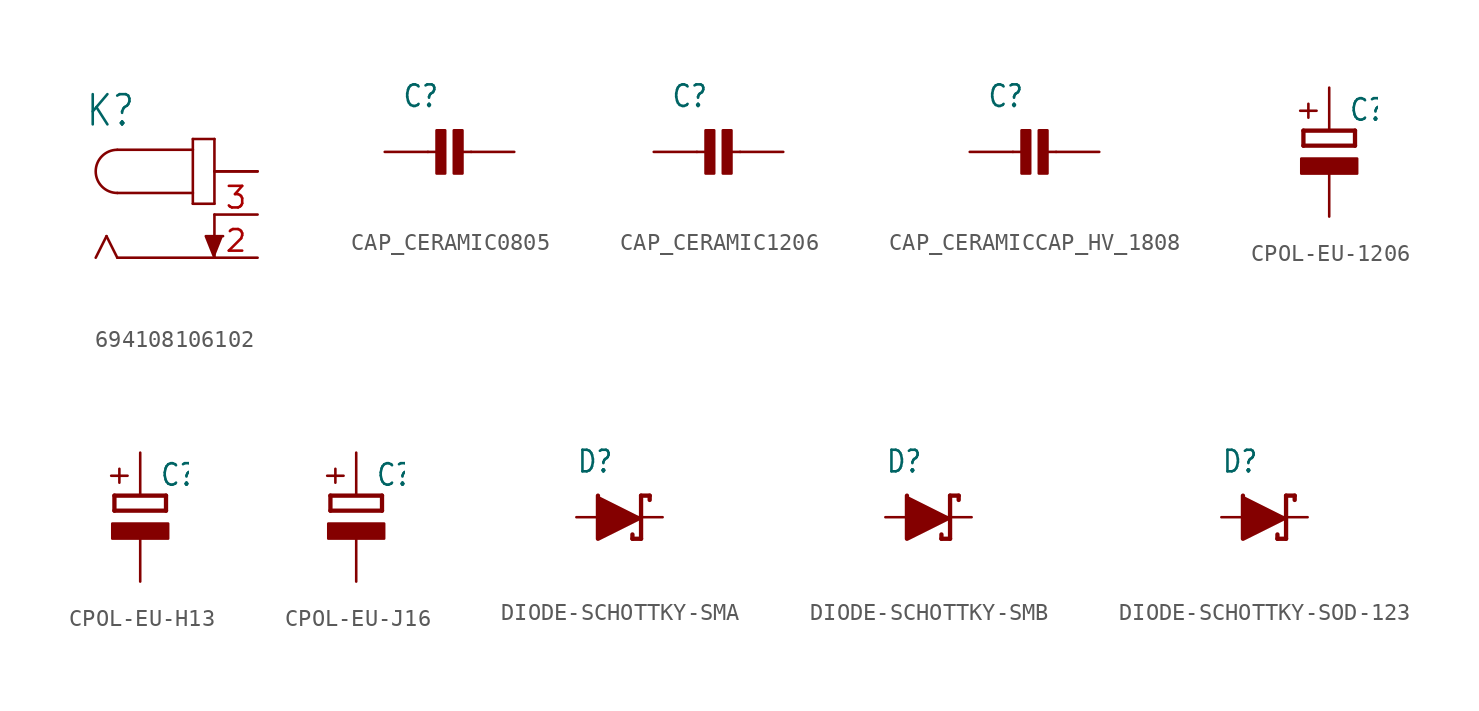
<source format=kicad_sym>
(kicad_symbol_lib
  (version 20231120)
  (generator "kicad_symbol_editor")
  (generator_version "8.0")
  (symbol "694108106102"
    (property "Reference" "K"
      (at -10.16 2.54 0)
      (effects (font (size 1.778 1.511)) (justify left bottom)))
    (property "Value" ""
      (at -10.16 -7.62 0)
      (effects (font (size 1.778 1.511)) (justify left bottom)))
    (property "ki_locked" ""
      (at 0 0 0)
      (effects (font (size 1.27 1.27))))
    (symbol "694108106102_1_0"
      (arc (start -8.255 1.27) (mid -9.525 0) (end -8.255 -1.27) (stroke (width 0.1524) (type solid)) (fill (type none)))
      (polyline (pts (xy -8.89 -3.81) (xy -9.525 -5.08)) (stroke (width 0.152) (type solid)) (fill (type none)))
      (polyline (pts (xy -8.255 -5.08) (xy -8.89 -3.81)) (stroke (width 0.152) (type solid)) (fill (type none)))
      (polyline (pts (xy -8.255 1.27) (xy -3.81 1.27)) (stroke (width 0.152) (type solid)) (fill (type none)))
      (polyline (pts (xy -3.81 -1.905) (xy -2.54 -1.905)) (stroke (width 0.152) (type solid)) (fill (type none)))
      (polyline (pts (xy -3.81 -1.27) (xy -8.255 -1.27)) (stroke (width 0.152) (type solid)) (fill (type none)))
      (polyline (pts (xy -3.81 -1.27) (xy -3.81 -1.905)) (stroke (width 0.152) (type solid)) (fill (type none)))
      (polyline (pts (xy -3.81 1.27) (xy -3.81 -1.27)) (stroke (width 0.152) (type solid)) (fill (type none)))
      (polyline (pts (xy -3.81 1.905) (xy -3.81 1.27)) (stroke (width 0.152) (type solid)) (fill (type none)))
      (polyline (pts (xy -2.54 -5.08) (xy -8.255 -5.08)) (stroke (width 0.152) (type solid)) (fill (type none)))
      (polyline (pts (xy -2.54 -2.54) (xy -2.54 -5.08)) (stroke (width 0.152) (type solid)) (fill (type none)))
      (polyline (pts (xy -2.54 -1.905) (xy -2.54 1.905)) (stroke (width 0.152) (type solid)) (fill (type none)))
      (polyline (pts (xy -2.54 1.905) (xy -3.81 1.905)) (stroke (width 0.152) (type solid)) (fill (type none)))
      (polyline (pts (xy -2.54 -5.08) (xy -3.048 -3.81) (xy -2.032 -3.81)) (stroke (width 0.152) (type solid)) (fill (type outline)))
      (pin passive line (at 0 0 180) (length 2.54) (name "1" (effects (font (size 0 0)))) (number "1" (effects (font (size 0 0)))))
      (pin passive line (at 0 0 180) (length 2.54) (name "1" (effects (font (size 0 0)))) (number "1-1" (effects (font (size 0 0)))))
      (pin passive line (at 0 -5.08 180) (length 2.54) (name "2" (effects (font (size 0 0)))) (number "2" (effects (font (size 1.27 1.27)))))
      (pin passive line (at 0 -2.54 180) (length 2.54) (name "3" (effects (font (size 0 0)))) (number "3" (effects (font (size 1.27 1.27)))))))
  (symbol "CAP_CERAMIC0805"
    (property "Reference" "C"
      (at -1.524 2.54 0)
      (effects (font (size 1.27 1.079)) (justify left bottom)))
    (property "Value" ""
      (at -1.524 -3.556 0)
      (effects (font (size 1.27 1.079)) (justify left bottom)))
    (property "ki_locked" ""
      (at 0 0 0)
      (effects (font (size 1.27 1.27))))
    (symbol "CAP_CERAMIC0805_1_0"
      (polyline (pts (xy 0 0) (xy 0.762 0)) (stroke (width 0.152) (type solid)) (fill (type none)))
      (polyline (pts (xy 1.778 0) (xy 2.54 0)) (stroke (width 0.152) (type solid)) (fill (type none)))
      (rectangle (start 0.508 1.27) (end 1.016 -1.27) (stroke (width 0) (type default)) (fill (type outline)))
      (rectangle (start 1.524 1.27) (end 2.032 -1.27) (stroke (width 0) (type default)) (fill (type outline)))
      (pin passive line (at -2.54 0 0) (length 2.54) (name "1" (effects (font (size 0 0)))) (number "1" (effects (font (size 0 0)))))
      (pin passive line (at 5.08 0 180) (length 2.54) (name "2" (effects (font (size 0 0)))) (number "2" (effects (font (size 0 0)))))))
  (symbol "CAP_CERAMIC1206"
    (property "Reference" "C"
      (at -1.524 2.54 0)
      (effects (font (size 1.27 1.079)) (justify left bottom)))
    (property "Value" ""
      (at -1.524 -3.556 0)
      (effects (font (size 1.27 1.079)) (justify left bottom)))
    (property "ki_locked" ""
      (at 0 0 0)
      (effects (font (size 1.27 1.27))))
    (symbol "CAP_CERAMIC1206_1_0"
      (polyline (pts (xy 0 0) (xy 0.762 0)) (stroke (width 0.152) (type solid)) (fill (type none)))
      (polyline (pts (xy 1.778 0) (xy 2.54 0)) (stroke (width 0.152) (type solid)) (fill (type none)))
      (rectangle (start 0.508 1.27) (end 1.016 -1.27) (stroke (width 0) (type default)) (fill (type outline)))
      (rectangle (start 1.524 1.27) (end 2.032 -1.27) (stroke (width 0) (type default)) (fill (type outline)))
      (pin passive line (at -2.54 0 0) (length 2.54) (name "1" (effects (font (size 0 0)))) (number "1" (effects (font (size 0 0)))))
      (pin passive line (at 5.08 0 180) (length 2.54) (name "2" (effects (font (size 0 0)))) (number "2" (effects (font (size 0 0)))))))
  (symbol "CAP_CERAMICCAP_HV_1808"
    (property "Reference" "C"
      (at -1.524 2.54 0)
      (effects (font (size 1.27 1.079)) (justify left bottom)))
    (property "Value" ""
      (at -1.524 -3.556 0)
      (effects (font (size 1.27 1.079)) (justify left bottom)))
    (property "ki_locked" ""
      (at 0 0 0)
      (effects (font (size 1.27 1.27))))
    (symbol "CAP_CERAMICCAP_HV_1808_1_0"
      (polyline (pts (xy 0 0) (xy 0.762 0)) (stroke (width 0.152) (type solid)) (fill (type none)))
      (polyline (pts (xy 1.778 0) (xy 2.54 0)) (stroke (width 0.152) (type solid)) (fill (type none)))
      (rectangle (start 0.508 1.27) (end 1.016 -1.27) (stroke (width 0) (type default)) (fill (type outline)))
      (rectangle (start 1.524 1.27) (end 2.032 -1.27) (stroke (width 0) (type default)) (fill (type outline)))
      (pin passive line (at -2.54 0 0) (length 2.54) (name "1" (effects (font (size 0 0)))) (number "1" (effects (font (size 0 0)))))
      (pin passive line (at 5.08 0 180) (length 2.54) (name "2" (effects (font (size 0 0)))) (number "2" (effects (font (size 0 0)))))))
  (symbol "CPOL-EU-1206"
    (property "Reference" "C"
      (at 1.143 0.483 0)
      (effects (font (size 1.27 1.079)) (justify left bottom)))
    (property "Value" ""
      (at 1.143 -4.597 0)
      (effects (font (size 1.27 1.079)) (justify left bottom)))
    (property "ki_locked" ""
      (at 0 0 0)
      (effects (font (size 1.27 1.27))))
    (symbol "CPOL-EU-1206_1_0"
      (rectangle (start -1.651 -2.54) (end 1.651 -1.651) (stroke (width 0) (type default)) (fill (type outline)))
      (polyline (pts (xy -1.524 -0.889) (xy 1.524 -0.889)) (stroke (width 0.254) (type solid)) (fill (type none)))
      (polyline (pts (xy -1.524 0) (xy -1.524 -0.889)) (stroke (width 0.254) (type solid)) (fill (type none)))
      (polyline (pts (xy -1.524 0) (xy 1.524 0)) (stroke (width 0.254) (type solid)) (fill (type none)))
      (polyline (pts (xy 1.524 -0.889) (xy 1.524 0)) (stroke (width 0.254) (type solid)) (fill (type none)))
      (text "+" (at -0.584 0.406 900) (effects (font (size 1.27 1.079)) (justify left bottom)))
      (pin passive line (at 0 2.54 270) (length 2.54) (name "+" (effects (font (size 0 0)))) (number "+" (effects (font (size 0 0)))))
      (pin passive line (at 0 -5.08 90) (length 2.54) (name "-" (effects (font (size 0 0)))) (number "-" (effects (font (size 0 0)))))))
  (symbol "CPOL-EU-H13"
    (property "Reference" "C"
      (at 1.143 0.483 0)
      (effects (font (size 1.27 1.079)) (justify left bottom)))
    (property "Value" ""
      (at 1.143 -4.597 0)
      (effects (font (size 1.27 1.079)) (justify left bottom)))
    (property "ki_locked" ""
      (at 0 0 0)
      (effects (font (size 1.27 1.27))))
    (symbol "CPOL-EU-H13_1_0"
      (rectangle (start -1.651 -2.54) (end 1.651 -1.651) (stroke (width 0) (type default)) (fill (type outline)))
      (polyline (pts (xy -1.524 -0.889) (xy 1.524 -0.889)) (stroke (width 0.254) (type solid)) (fill (type none)))
      (polyline (pts (xy -1.524 0) (xy -1.524 -0.889)) (stroke (width 0.254) (type solid)) (fill (type none)))
      (polyline (pts (xy -1.524 0) (xy 1.524 0)) (stroke (width 0.254) (type solid)) (fill (type none)))
      (polyline (pts (xy 1.524 -0.889) (xy 1.524 0)) (stroke (width 0.254) (type solid)) (fill (type none)))
      (text "+" (at -0.584 0.406 900) (effects (font (size 1.27 1.079)) (justify left bottom)))
      (pin passive line (at 0 2.54 270) (length 2.54) (name "+" (effects (font (size 0 0)))) (number "+" (effects (font (size 0 0)))))
      (pin passive line (at 0 -5.08 90) (length 2.54) (name "-" (effects (font (size 0 0)))) (number "-" (effects (font (size 0 0)))))))
  (symbol "CPOL-EU-J16"
    (property "Reference" "C"
      (at 1.143 0.483 0)
      (effects (font (size 1.27 1.079)) (justify left bottom)))
    (property "Value" ""
      (at 1.143 -4.597 0)
      (effects (font (size 1.27 1.079)) (justify left bottom)))
    (property "ki_locked" ""
      (at 0 0 0)
      (effects (font (size 1.27 1.27))))
    (symbol "CPOL-EU-J16_1_0"
      (rectangle (start -1.651 -2.54) (end 1.651 -1.651) (stroke (width 0) (type default)) (fill (type outline)))
      (polyline (pts (xy -1.524 -0.889) (xy 1.524 -0.889)) (stroke (width 0.254) (type solid)) (fill (type none)))
      (polyline (pts (xy -1.524 0) (xy -1.524 -0.889)) (stroke (width 0.254) (type solid)) (fill (type none)))
      (polyline (pts (xy -1.524 0) (xy 1.524 0)) (stroke (width 0.254) (type solid)) (fill (type none)))
      (polyline (pts (xy 1.524 -0.889) (xy 1.524 0)) (stroke (width 0.254) (type solid)) (fill (type none)))
      (text "+" (at -0.584 0.406 900) (effects (font (size 1.27 1.079)) (justify left bottom)))
      (pin passive line (at 0 2.54 270) (length 2.54) (name "+" (effects (font (size 0 0)))) (number "+" (effects (font (size 0 0)))))
      (pin passive line (at 0 -5.08 90) (length 2.54) (name "-" (effects (font (size 0 0)))) (number "-" (effects (font (size 0 0)))))))
  (symbol "DIODE-SCHOTTKY-SMA"
    (property "Reference" "D"
      (at -2.54 2.54 0)
      (effects (font (size 1.27 1.079)) (justify left bottom)))
    (property "Value" ""
      (at -2.54 -3.81 0)
      (effects (font (size 1.27 1.079)) (justify left bottom)))
    (property "ki_locked" ""
      (at 0 0 0)
      (effects (font (size 1.27 1.27))))
    (symbol "DIODE-SCHOTTKY-SMA_1_0"
      (polyline (pts (xy 0.762 -1.27) (xy 0.762 -1.016)) (stroke (width 0.254) (type solid)) (fill (type none)))
      (polyline (pts (xy 0.762 -1.27) (xy 1.27 -1.27)) (stroke (width 0.254) (type solid)) (fill (type none)))
      (polyline (pts (xy 1.27 1.27) (xy 1.27 -1.27)) (stroke (width 0.254) (type solid)) (fill (type none)))
      (polyline (pts (xy 1.27 1.27) (xy 1.778 1.27)) (stroke (width 0.254) (type solid)) (fill (type none)))
      (polyline (pts (xy 1.778 1.016) (xy 1.778 1.27)) (stroke (width 0.254) (type solid)) (fill (type none)))
      (polyline (pts (xy -1.27 1.27) (xy -1.27 -1.27) (xy 1.27 0)) (stroke (width 0.254) (type solid)) (fill (type outline)))
      (pin passive line (at -2.54 0 0) (length 2.54) (name "A" (effects (font (size 0 0)))) (number "A" (effects (font (size 0 0)))))
      (pin passive line (at 2.54 0 180) (length 2.54) (name "C" (effects (font (size 0 0)))) (number "C" (effects (font (size 0 0)))))))
  (symbol "DIODE-SCHOTTKY-SMB"
    (property "Reference" "D"
      (at -2.54 2.54 0)
      (effects (font (size 1.27 1.079)) (justify left bottom)))
    (property "Value" ""
      (at -2.54 -3.81 0)
      (effects (font (size 1.27 1.079)) (justify left bottom)))
    (property "ki_locked" ""
      (at 0 0 0)
      (effects (font (size 1.27 1.27))))
    (symbol "DIODE-SCHOTTKY-SMB_1_0"
      (polyline (pts (xy 0.762 -1.27) (xy 0.762 -1.016)) (stroke (width 0.254) (type solid)) (fill (type none)))
      (polyline (pts (xy 0.762 -1.27) (xy 1.27 -1.27)) (stroke (width 0.254) (type solid)) (fill (type none)))
      (polyline (pts (xy 1.27 1.27) (xy 1.27 -1.27)) (stroke (width 0.254) (type solid)) (fill (type none)))
      (polyline (pts (xy 1.27 1.27) (xy 1.778 1.27)) (stroke (width 0.254) (type solid)) (fill (type none)))
      (polyline (pts (xy 1.778 1.016) (xy 1.778 1.27)) (stroke (width 0.254) (type solid)) (fill (type none)))
      (polyline (pts (xy -1.27 1.27) (xy -1.27 -1.27) (xy 1.27 0)) (stroke (width 0.254) (type solid)) (fill (type outline)))
      (pin passive line (at -2.54 0 0) (length 2.54) (name "A" (effects (font (size 0 0)))) (number "A" (effects (font (size 0 0)))))
      (pin passive line (at 2.54 0 180) (length 2.54) (name "C" (effects (font (size 0 0)))) (number "C" (effects (font (size 0 0)))))))
  (symbol "DIODE-SCHOTTKY-SOD-123"
    (property "Reference" "D"
      (at -2.54 2.54 0)
      (effects (font (size 1.27 1.079)) (justify left bottom)))
    (property "Value" ""
      (at -2.54 -3.81 0)
      (effects (font (size 1.27 1.079)) (justify left bottom)))
    (property "ki_locked" ""
      (at 0 0 0)
      (effects (font (size 1.27 1.27))))
    (symbol "DIODE-SCHOTTKY-SOD-123_1_0"
      (polyline (pts (xy 0.762 -1.27) (xy 0.762 -1.016)) (stroke (width 0.254) (type solid)) (fill (type none)))
      (polyline (pts (xy 0.762 -1.27) (xy 1.27 -1.27)) (stroke (width 0.254) (type solid)) (fill (type none)))
      (polyline (pts (xy 1.27 1.27) (xy 1.27 -1.27)) (stroke (width 0.254) (type solid)) (fill (type none)))
      (polyline (pts (xy 1.27 1.27) (xy 1.778 1.27)) (stroke (width 0.254) (type solid)) (fill (type none)))
      (polyline (pts (xy 1.778 1.016) (xy 1.778 1.27)) (stroke (width 0.254) (type solid)) (fill (type none)))
      (polyline (pts (xy -1.27 1.27) (xy -1.27 -1.27) (xy 1.27 0)) (stroke (width 0.254) (type solid)) (fill (type outline)))
      (pin passive line (at -2.54 0 0) (length 2.54) (name "A" (effects (font (size 0 0)))) (number "A" (effects (font (size 0 0)))))
      (pin passive line (at 2.54 0 180) (length 2.54) (name "C" (effects (font (size 0 0)))) (number "C" (effects (font (size 0 0))))))))
</source>
